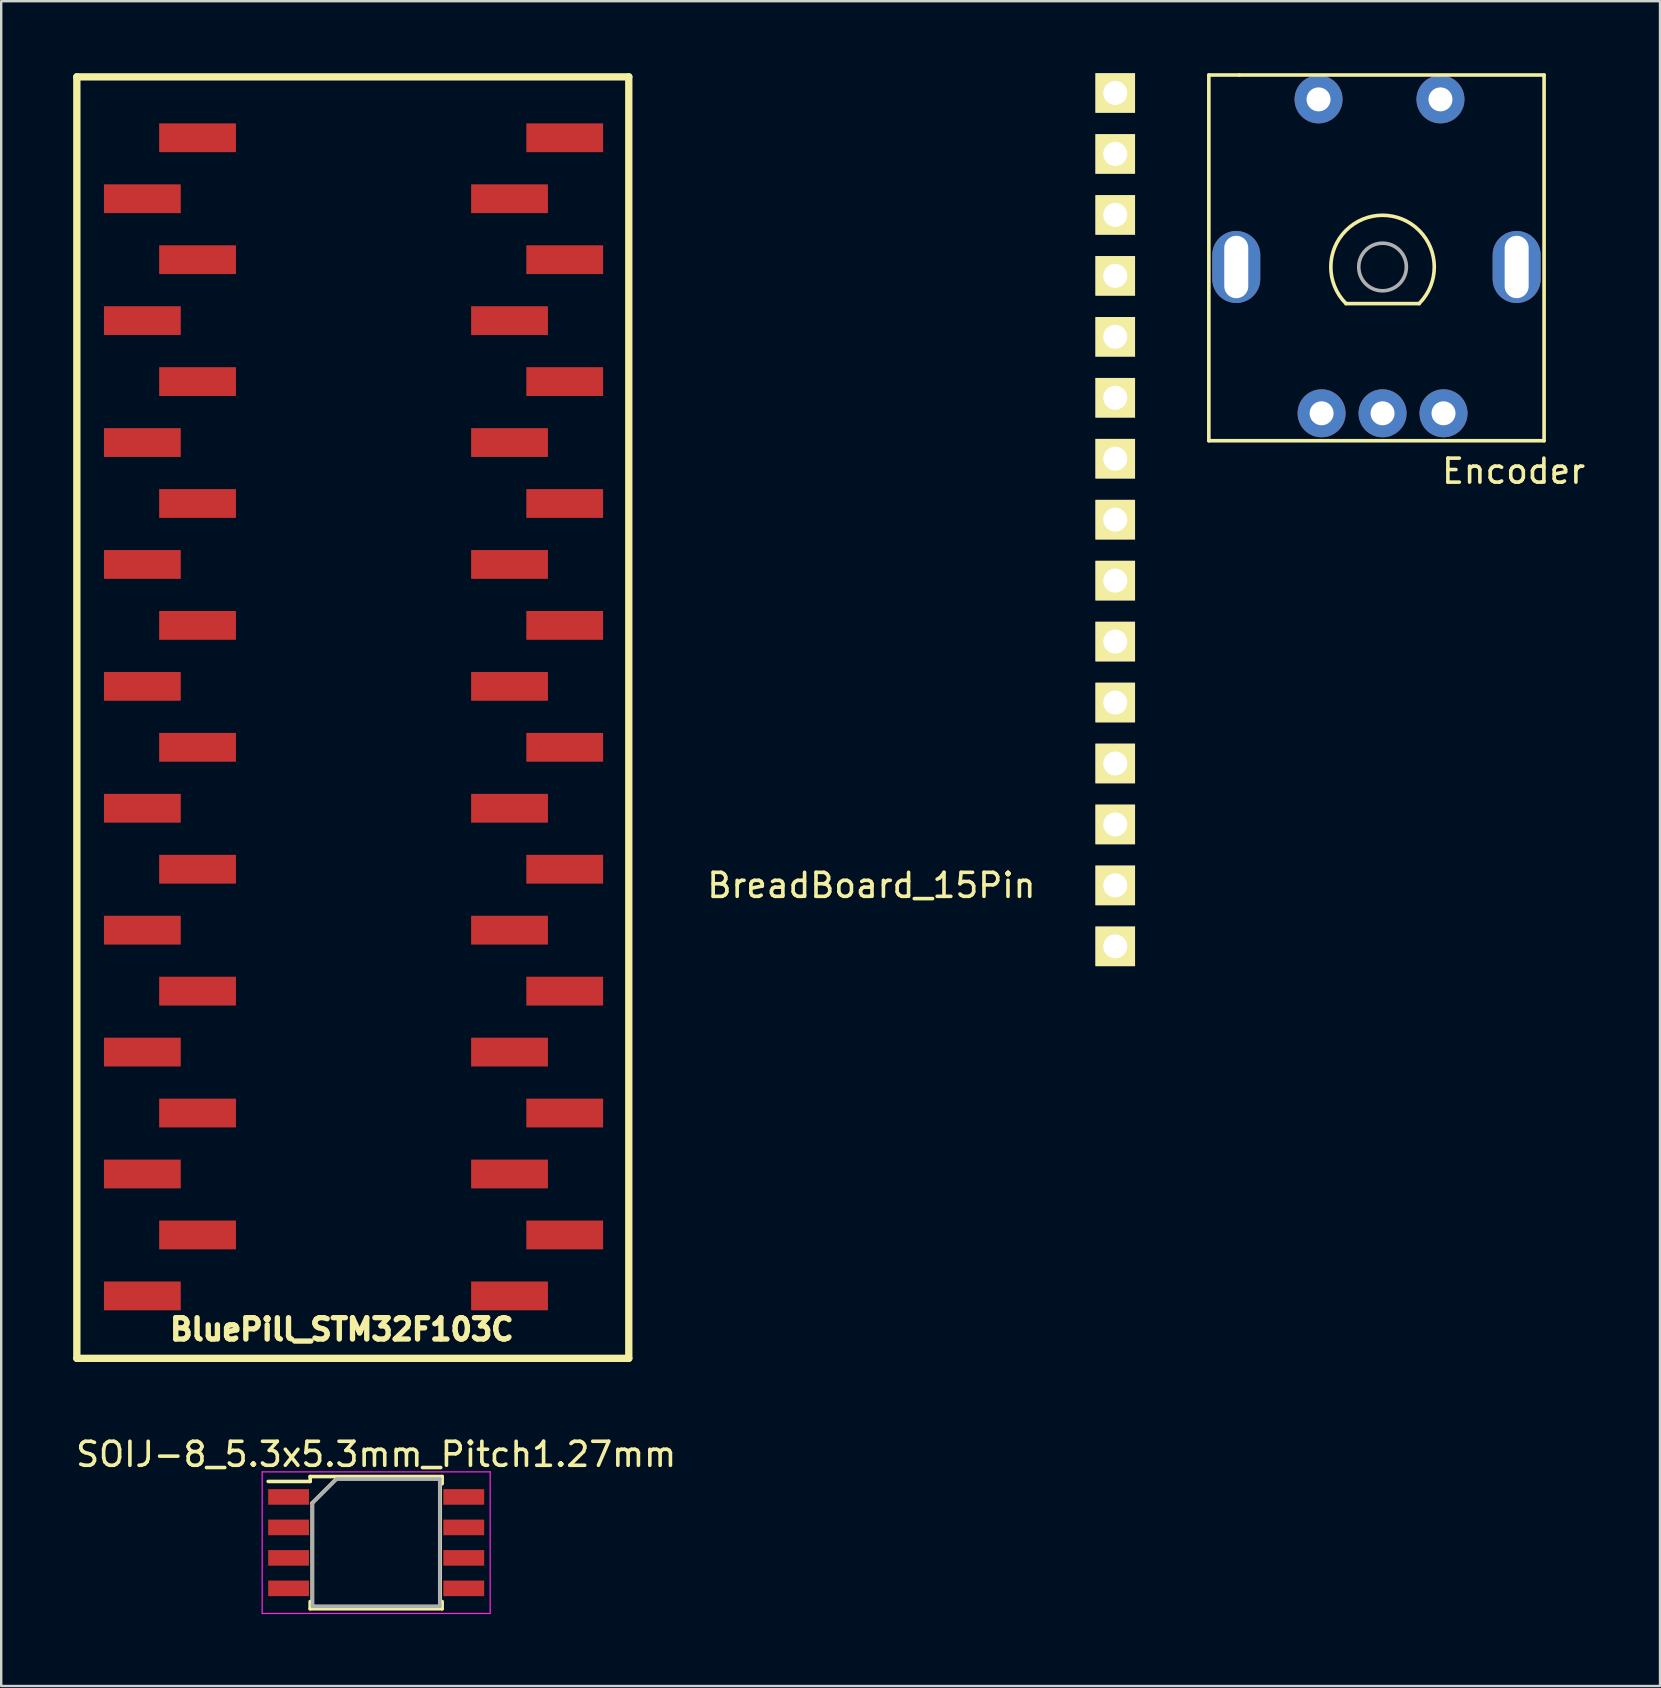
<source format=kicad_pcb>
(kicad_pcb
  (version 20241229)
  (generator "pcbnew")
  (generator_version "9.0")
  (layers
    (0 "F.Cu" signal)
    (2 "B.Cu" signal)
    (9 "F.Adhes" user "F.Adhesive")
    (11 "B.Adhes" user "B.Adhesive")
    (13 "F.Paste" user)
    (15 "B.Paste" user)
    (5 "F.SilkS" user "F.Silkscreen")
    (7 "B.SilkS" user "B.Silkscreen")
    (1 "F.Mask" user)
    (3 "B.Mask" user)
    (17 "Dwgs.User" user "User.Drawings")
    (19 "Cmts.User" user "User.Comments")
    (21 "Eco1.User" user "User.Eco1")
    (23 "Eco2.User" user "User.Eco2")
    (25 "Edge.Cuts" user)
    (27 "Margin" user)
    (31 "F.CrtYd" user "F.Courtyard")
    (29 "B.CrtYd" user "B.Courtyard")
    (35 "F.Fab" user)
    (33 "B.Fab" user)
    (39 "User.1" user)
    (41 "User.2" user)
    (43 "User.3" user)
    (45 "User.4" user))
  (footprint "Encoder"
    (layer "F.Cu")
    (at 54.562 8.076)
    (property "Reference" "Encoder" (at 5.461 8.509 0) (layer "F.SilkS") (effects (font (size 1 1) (thickness 0.15))))
    (attr through_hole)
    (fp_line (start -7.239 -8.001) (end -5.969 -8.001) (stroke (width 0.15) (type solid)) (layer "F.SilkS"))
    (fp_line (start -7.239 7.239) (end -7.239 -8.001) (stroke (width 0.15) (type solid)) (layer "F.SilkS"))
    (fp_line (start -5.969 -8.001) (end 6.731 -8.001) (stroke (width 0.15) (type solid)) (layer "F.SilkS"))
    (fp_line (start -1.524 1.524) (end 1.524 1.524) (stroke (width 0.15) (type solid)) (layer "F.SilkS"))
    (fp_line (start 6.731 -8.001) (end 6.731 7.239) (stroke (width 0.15) (type solid)) (layer "F.SilkS"))
    (fp_line (start 6.731 7.239) (end -7.239 7.239) (stroke (width 0.15) (type solid)) (layer "F.SilkS"))
    (fp_arc (start -1.524 1.524) (mid 0 -2.155261) (end 1.524 1.524) (stroke (width 0.15) (type solid)) (layer "F.SilkS"))
    (fp_circle (center 0 0) (end 0.635 0.762) (stroke (width 0.15) (type solid)) (fill no) (layer "F.Fab"))
    (pad "" thru_hole oval (at -6.096 0) (size 2 3) (drill oval 1 2.6) (layers "*.Cu" "*.Mask"))
    (pad "" thru_hole oval (at 5.588 0) (size 2 3) (drill oval 1 2.6) (layers "*.Cu" "*.Mask"))
    (pad "1" thru_hole circle (at -2.54 6.096) (size 2 2) (drill 1) (layers "*.Cu" "*.Mask"))
    (pad "2" thru_hole circle (at 0 6.096) (size 2 2) (drill 1) (layers "*.Cu" "*.Mask"))
    (pad "3" thru_hole circle (at 2.54 6.096) (size 2 2) (drill 1) (layers "*.Cu" "*.Mask"))
    (pad "4" thru_hole circle (at -2.667 -6.985) (size 2 2) (drill 1) (layers "*.Cu" "*.Mask"))
    (pad "5" thru_hole circle (at 2.413 -6.985) (size 2 2) (drill 1) (layers "*.Cu" "*.Mask")))
  (footprint "BluePill_STM32F103C"
    (layer "F.Cu")
    (at 4.032 2.742)
    (property "Reference" "BluePill_STM32F103C" (at 7.163 49.606 180) (layer "F.SilkS") (effects (font (size 0.889 0.889) (thickness 0.305))))
    (attr through_hole)
    (fp_line (start -3.88 -2.59) (end 19.12 -2.59) (stroke (width 0.305) (type solid)) (layer "F.SilkS"))
    (fp_line (start -3.88 50.81) (end -3.88 -2.59) (stroke (width 0.305) (type solid)) (layer "F.SilkS"))
    (fp_line (start 19.12 -2.59) (end 19.12 50.81) (stroke (width 0.305) (type solid)) (layer "F.SilkS"))
    (fp_line (start 19.12 50.81) (end -3.88 50.81) (stroke (width 0.305) (type solid)) (layer "F.SilkS"))
    (pad "1" smd rect (at 1.15 -0.051 270) (size 1.2 3.2) (layers "F.Cu" "F.Mask" "F.Paste"))
    (pad "2" smd rect (at -1.15 2.489 270) (size 1.2 3.2) (layers "F.Cu" "F.Mask" "F.Paste"))
    (pad "3" smd rect (at 1.15 5.029 270) (size 1.2 3.2) (layers "F.Cu" "F.Mask" "F.Paste"))
    (pad "4" smd rect (at -1.15 7.569 270) (size 1.2 3.2) (layers "F.Cu" "F.Mask" "F.Paste"))
    (pad "5" smd rect (at 1.15 10.109 270) (size 1.2 3.2) (layers "F.Cu" "F.Mask" "F.Paste"))
    (pad "6" smd rect (at -1.15 12.649 270) (size 1.2 3.2) (layers "F.Cu" "F.Mask" "F.Paste"))
    (pad "7" smd rect (at 1.15 15.189 270) (size 1.2 3.2) (layers "F.Cu" "F.Mask" "F.Paste"))
    (pad "8" smd rect (at -1.15 17.729 270) (size 1.2 3.2) (layers "F.Cu" "F.Mask" "F.Paste"))
    (pad "9" smd rect (at 1.15 20.269 270) (size 1.2 3.2) (layers "F.Cu" "F.Mask" "F.Paste"))
    (pad "10" smd rect (at -1.15 22.809 270) (size 1.2 3.2) (layers "F.Cu" "F.Mask" "F.Paste"))
    (pad "11" smd rect (at 1.15 25.349 270) (size 1.2 3.2) (layers "F.Cu" "F.Mask" "F.Paste"))
    (pad "12" smd rect (at -1.15 27.889 270) (size 1.2 3.2) (layers "F.Cu" "F.Mask" "F.Paste"))
    (pad "13" smd rect (at 1.15 30.429 270) (size 1.2 3.2) (layers "F.Cu" "F.Mask" "F.Paste"))
    (pad "14" smd rect (at -1.15 32.969 270) (size 1.2 3.2) (layers "F.Cu" "F.Mask" "F.Paste"))
    (pad "15" smd rect (at 1.15 35.509 270) (size 1.2 3.2) (layers "F.Cu" "F.Mask" "F.Paste"))
    (pad "16" smd rect (at -1.15 38.049 270) (size 1.2 3.2) (layers "F.Cu" "F.Mask" "F.Paste"))
    (pad "17" smd rect (at 1.15 40.589 270) (size 1.2 3.2) (layers "F.Cu" "F.Mask" "F.Paste"))
    (pad "18" smd rect (at -1.15 43.129 270) (size 1.2 3.2) (layers "F.Cu" "F.Mask" "F.Paste"))
    (pad "19" smd rect (at 1.15 45.669 270) (size 1.2 3.2) (layers "F.Cu" "F.Mask" "F.Paste"))
    (pad "20" smd rect (at -1.15 48.209 270) (size 1.2 3.2) (layers "F.Cu" "F.Mask" "F.Paste"))
    (pad "21" smd rect (at 14.15 48.209 270) (size 1.2 3.2) (layers "F.Cu" "F.Mask" "F.Paste"))
    (pad "22" smd rect (at 16.45 45.669 270) (size 1.2 3.2) (layers "F.Cu" "F.Mask" "F.Paste"))
    (pad "23" smd rect (at 14.15 43.129 270) (size 1.2 3.2) (layers "F.Cu" "F.Mask" "F.Paste"))
    (pad "24" smd rect (at 16.45 40.589 270) (size 1.2 3.2) (layers "F.Cu" "F.Mask" "F.Paste"))
    (pad "25" smd rect (at 14.15 38.049 270) (size 1.2 3.2) (layers "F.Cu" "F.Mask" "F.Paste"))
    (pad "26" smd rect (at 16.45 35.509 270) (size 1.2 3.2) (layers "F.Cu" "F.Mask" "F.Paste"))
    (pad "27" smd rect (at 14.15 32.969 270) (size 1.2 3.2) (layers "F.Cu" "F.Mask" "F.Paste"))
    (pad "28" smd rect (at 16.45 30.429 270) (size 1.2 3.2) (layers "F.Cu" "F.Mask" "F.Paste"))
    (pad "29" smd rect (at 14.15 27.889 270) (size 1.2 3.2) (layers "F.Cu" "F.Mask" "F.Paste"))
    (pad "30" smd rect (at 16.45 25.349 270) (size 1.2 3.2) (layers "F.Cu" "F.Mask" "F.Paste"))
    (pad "31" smd rect (at 14.15 22.809 270) (size 1.2 3.2) (layers "F.Cu" "F.Mask" "F.Paste"))
    (pad "32" smd rect (at 16.45 20.269 270) (size 1.2 3.2) (layers "F.Cu" "F.Mask" "F.Paste"))
    (pad "33" smd rect (at 14.15 17.729 270) (size 1.2 3.2) (layers "F.Cu" "F.Mask" "F.Paste"))
    (pad "34" smd rect (at 16.45 15.189 270) (size 1.2 3.2) (layers "F.Cu" "F.Mask" "F.Paste"))
    (pad "35" smd rect (at 14.15 12.649 270) (size 1.2 3.2) (layers "F.Cu" "F.Mask" "F.Paste"))
    (pad "36" smd rect (at 16.45 10.109 270) (size 1.2 3.2) (layers "F.Cu" "F.Mask" "F.Paste"))
    (pad "37" smd rect (at 14.15 7.569 270) (size 1.2 3.2) (layers "F.Cu" "F.Mask" "F.Paste"))
    (pad "38" smd rect (at 16.45 5.029 270) (size 1.2 3.2) (layers "F.Cu" "F.Mask" "F.Paste"))
    (pad "39" smd rect (at 14.15 2.489 270) (size 1.2 3.2) (layers "F.Cu" "F.Mask" "F.Paste"))
    (pad "40" smd rect (at 16.45 -0.051 270) (size 1.2 3.2) (layers "F.Cu" "F.Mask" "F.Paste")))
  (footprint "BreadBoard_15Pin"
    (layer "F.Cu")
    (at 43.423 36.385)
    (property "Reference" "BreadBoard_15Pin" (at -10.16 -2.54 0) (layer "F.SilkS") (effects (font (size 1 1) (thickness 0.15))))
    (attr through_hole)
    (pad "1" thru_hole rect (at 0 0) (size 1.65 1.65) (drill 1) (layers "*.Cu" "*.Mask" "F.SilkS"))
    (pad "2" thru_hole rect (at 0 -2.54) (size 1.65 1.65) (drill 1) (layers "*.Cu" "*.Mask" "F.SilkS"))
    (pad "3" thru_hole rect (at 0 -5.08) (size 1.65 1.65) (drill 1) (layers "*.Cu" "*.Mask" "F.SilkS"))
    (pad "4" thru_hole rect (at 0 -7.62) (size 1.65 1.65) (drill 1) (layers "*.Cu" "*.Mask" "F.SilkS"))
    (pad "5" thru_hole rect (at 0 -10.16) (size 1.65 1.65) (drill 1) (layers "*.Cu" "*.Mask" "F.SilkS"))
    (pad "6" thru_hole rect (at 0 -12.7) (size 1.65 1.65) (drill 1) (layers "*.Cu" "*.Mask" "F.SilkS"))
    (pad "7" thru_hole rect (at 0 -15.24) (size 1.65 1.65) (drill 1) (layers "*.Cu" "*.Mask" "F.SilkS"))
    (pad "8" thru_hole rect (at 0 -17.78) (size 1.65 1.65) (drill 1) (layers "*.Cu" "*.Mask" "F.SilkS"))
    (pad "9" thru_hole rect (at 0 -20.32) (size 1.65 1.65) (drill 1) (layers "*.Cu" "*.Mask" "F.SilkS"))
    (pad "10" thru_hole rect (at 0 -22.86) (size 1.65 1.65) (drill 1) (layers "*.Cu" "*.Mask" "F.SilkS"))
    (pad "11" thru_hole rect (at 0 -25.4) (size 1.65 1.65) (drill 1) (layers "*.Cu" "*.Mask" "F.SilkS"))
    (pad "12" thru_hole rect (at 0 -27.94) (size 1.65 1.65) (drill 1) (layers "*.Cu" "*.Mask" "F.SilkS"))
    (pad "13" thru_hole rect (at 0 -30.48) (size 1.65 1.65) (drill 1) (layers "*.Cu" "*.Mask" "F.SilkS"))
    (pad "14" thru_hole rect (at 0 -33.02) (size 1.65 1.65) (drill 1) (layers "*.Cu" "*.Mask" "F.SilkS"))
    (pad "15" thru_hole rect (at 0 -35.56) (size 1.65 1.65) (drill 1) (layers "*.Cu" "*.Mask" "F.SilkS")))
  (footprint "SOIJ-8_5.3x5.3mm_Pitch1.27mm"
    (layer "F.Cu")
    (at 12.625 61.233)
    (property "Reference" "SOIJ-8_5.3x5.3mm_Pitch1.27mm" (at 0 -3.68 0) (layer "F.SilkS") (effects (font (size 1 1) (thickness 0.15))))
    (attr smd)
    (fp_line (start -2.75 -2.755) (end -2.75 -2.55) (stroke (width 0.15) (type solid)) (layer "F.SilkS"))
    (fp_line (start -2.75 -2.755) (end 2.75 -2.755) (stroke (width 0.15) (type solid)) (layer "F.SilkS"))
    (fp_line (start -2.75 -2.55) (end -4.5 -2.55) (stroke (width 0.15) (type solid)) (layer "F.SilkS"))
    (fp_line (start -2.75 2.755) (end -2.75 2.455) (stroke (width 0.15) (type solid)) (layer "F.SilkS"))
    (fp_line (start -2.75 2.755) (end 2.75 2.755) (stroke (width 0.15) (type solid)) (layer "F.SilkS"))
    (fp_line (start -2.667 -1.651) (end -1.651 -2.667) (stroke (width 0.15) (type solid)) (layer "F.SilkS"))
    (fp_line (start -2.667 2.667) (end -2.667 -1.651) (stroke (width 0.15) (type solid)) (layer "F.SilkS"))
    (fp_line (start -1.651 -2.667) (end 2.667 -2.667) (stroke (width 0.15) (type solid)) (layer "F.SilkS"))
    (fp_line (start 2.667 -2.667) (end 2.667 2.667) (stroke (width 0.15) (type solid)) (layer "F.SilkS"))
    (fp_line (start 2.667 2.667) (end -2.667 2.667) (stroke (width 0.15) (type solid)) (layer "F.SilkS"))
    (fp_line (start 2.75 -2.755) (end 2.75 -2.455) (stroke (width 0.15) (type solid)) (layer "F.SilkS"))
    (fp_line (start 2.75 2.755) (end 2.75 2.455) (stroke (width 0.15) (type solid)) (layer "F.SilkS"))
    (fp_line (start -4.75 -2.95) (end -4.75 2.95) (stroke (width 0.05) (type solid)) (layer "F.CrtYd"))
    (fp_line (start -4.75 -2.95) (end 4.75 -2.95) (stroke (width 0.05) (type solid)) (layer "F.CrtYd"))
    (fp_line (start -4.75 2.95) (end 4.75 2.95) (stroke (width 0.05) (type solid)) (layer "F.CrtYd"))
    (fp_line (start 4.75 -2.95) (end 4.75 2.95) (stroke (width 0.05) (type solid)) (layer "F.CrtYd"))
    (fp_line (start -2.65 -1.65) (end -1.65 -2.65) (stroke (width 0.15) (type solid)) (layer "F.Fab"))
    (fp_line (start -2.65 2.65) (end -2.65 -1.65) (stroke (width 0.15) (type solid)) (layer "F.Fab"))
    (fp_line (start -1.65 -2.65) (end 2.65 -2.65) (stroke (width 0.15) (type solid)) (layer "F.Fab"))
    (fp_line (start 2.65 -2.65) (end 2.65 2.65) (stroke (width 0.15) (type solid)) (layer "F.Fab"))
    (fp_line (start 2.65 2.65) (end -2.65 2.65) (stroke (width 0.15) (type solid)) (layer "F.Fab"))
    (pad "1" smd rect (at -3.65 -1.905) (size 1.7 0.65) (layers "F.Cu" "F.Mask" "F.Paste"))
    (pad "2" smd rect (at -3.65 -0.635) (size 1.7 0.65) (layers "F.Cu" "F.Mask" "F.Paste"))
    (pad "3" smd rect (at -3.65 0.635) (size 1.7 0.65) (layers "F.Cu" "F.Mask" "F.Paste"))
    (pad "4" smd rect (at -3.65 1.905) (size 1.7 0.65) (layers "F.Cu" "F.Mask" "F.Paste"))
    (pad "5" smd rect (at 3.65 1.905) (size 1.7 0.65) (layers "F.Cu" "F.Mask" "F.Paste"))
    (pad "6" smd rect (at 3.65 0.635) (size 1.7 0.65) (layers "F.Cu" "F.Mask" "F.Paste"))
    (pad "7" smd rect (at 3.65 -0.635) (size 1.7 0.65) (layers "F.Cu" "F.Mask" "F.Paste"))
    (pad "8" smd rect (at 3.65 -1.905) (size 1.7 0.65) (layers "F.Cu" "F.Mask" "F.Paste")))
  (gr_rect
    (start -3 -3)
    (end 66.124 67.208)
    (stroke (width 0.1) (type default))
    (fill no)
    (layer "Edge.Cuts")))
</source>
